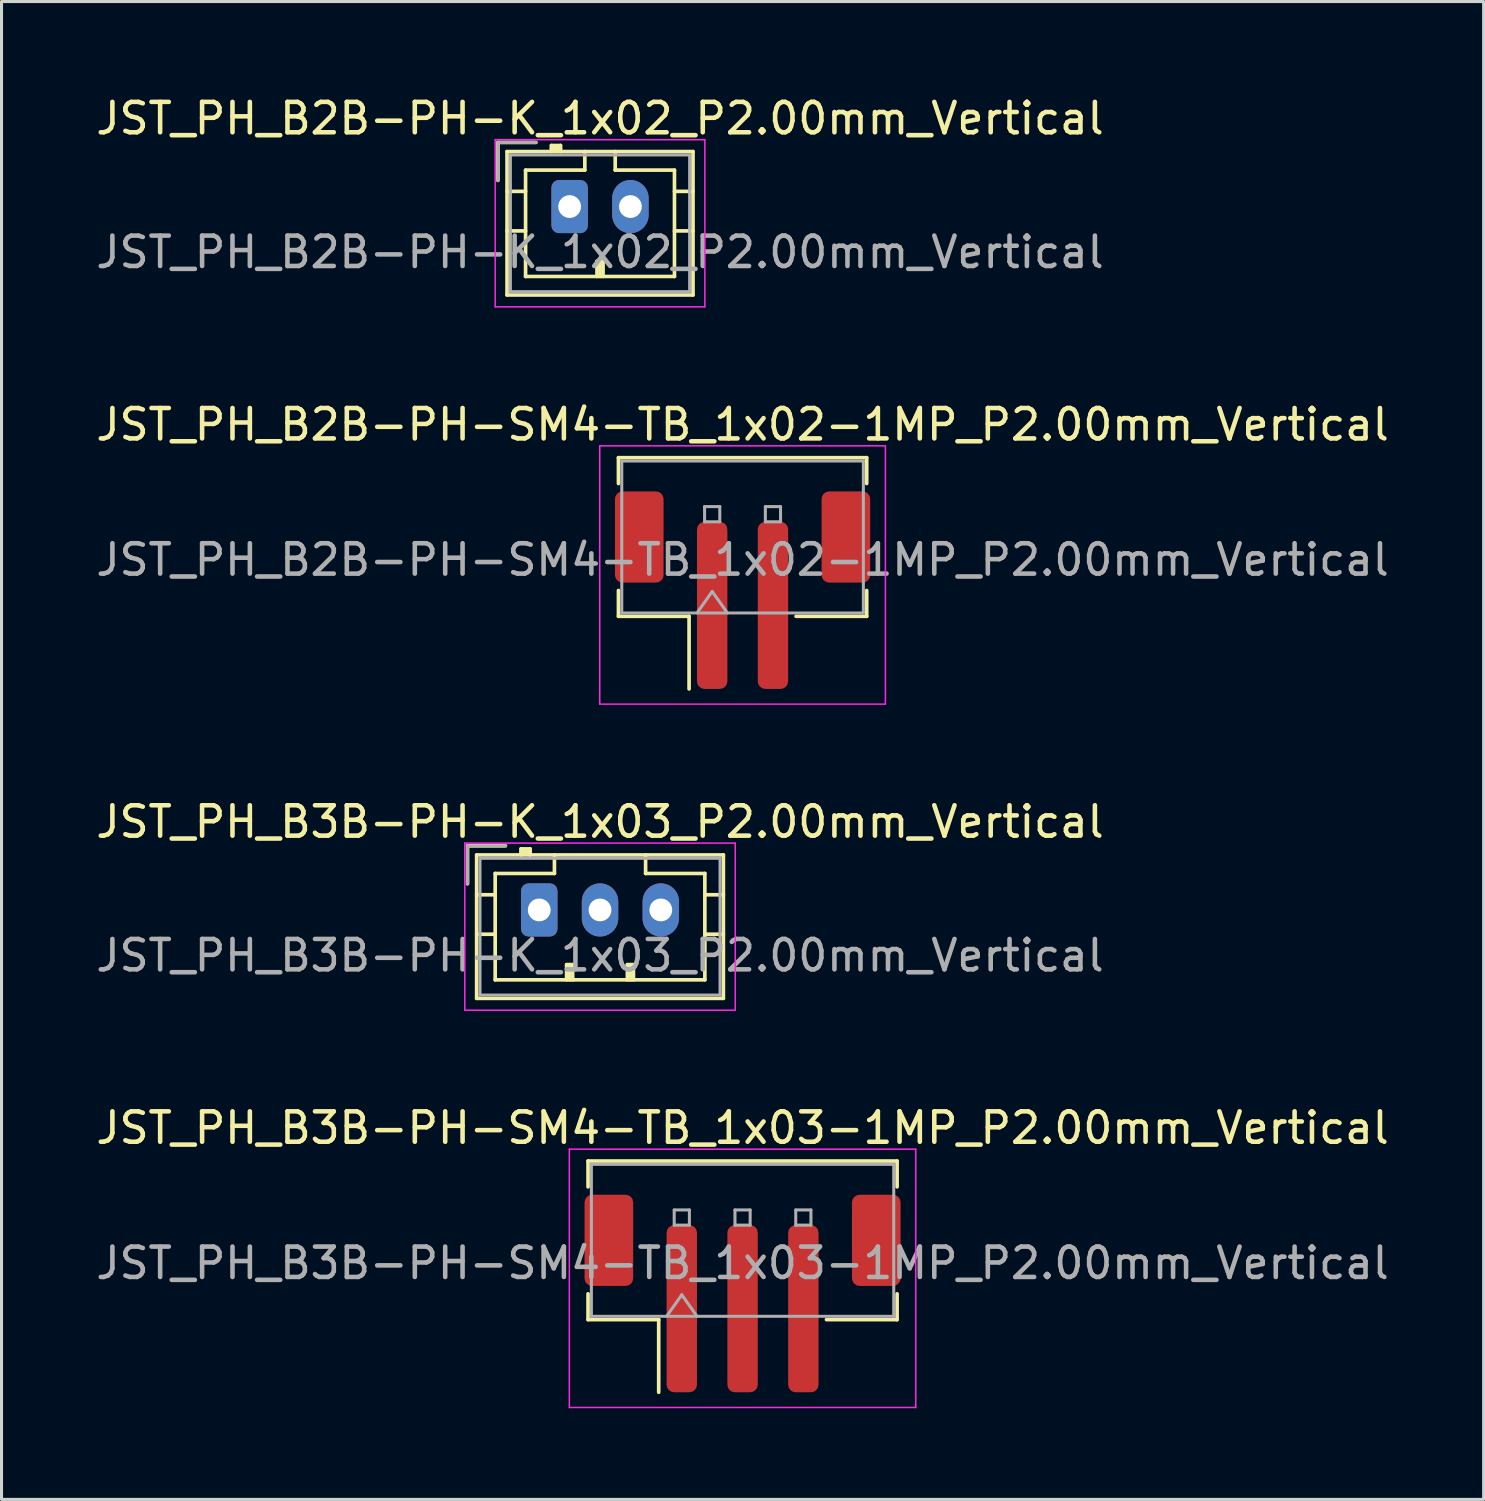
<source format=kicad_pcb>
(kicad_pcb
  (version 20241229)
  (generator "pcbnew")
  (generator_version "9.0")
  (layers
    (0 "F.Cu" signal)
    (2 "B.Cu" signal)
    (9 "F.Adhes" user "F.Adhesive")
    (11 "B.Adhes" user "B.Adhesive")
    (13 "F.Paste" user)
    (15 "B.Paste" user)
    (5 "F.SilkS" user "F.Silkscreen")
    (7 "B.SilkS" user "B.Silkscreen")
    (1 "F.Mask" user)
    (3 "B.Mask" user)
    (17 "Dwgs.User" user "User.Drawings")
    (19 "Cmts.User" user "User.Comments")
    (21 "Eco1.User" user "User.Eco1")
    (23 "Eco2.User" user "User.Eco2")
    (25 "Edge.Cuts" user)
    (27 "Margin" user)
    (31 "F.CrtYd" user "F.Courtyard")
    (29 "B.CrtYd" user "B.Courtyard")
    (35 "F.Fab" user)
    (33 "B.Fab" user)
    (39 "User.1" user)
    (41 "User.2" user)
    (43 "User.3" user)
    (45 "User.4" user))
  (footprint "JST_PH_B3B-PH-K_1x03_P2.00mm_Vertical"
    (layer "F.Cu")
    (at 14.696 26.895)
    (property "Reference" "JST_PH_B3B-PH-K_1x03_P2.00mm_Vertical" (at 2 -2.9 0) (layer "F.SilkS") (effects (font (size 1 1) (thickness 0.15))))
    (attr through_hole)
    (fp_line (start -2.36 -2.11) (end -2.36 -0.86) (stroke (width 0.12) (type solid)) (layer "F.SilkS"))
    (fp_line (start -2.06 -1.81) (end -2.06 2.91) (stroke (width 0.12) (type solid)) (layer "F.SilkS"))
    (fp_line (start -2.06 -0.5) (end -1.45 -0.5) (stroke (width 0.12) (type solid)) (layer "F.SilkS"))
    (fp_line (start -2.06 0.8) (end -1.45 0.8) (stroke (width 0.12) (type solid)) (layer "F.SilkS"))
    (fp_line (start -2.06 2.91) (end 6.06 2.91) (stroke (width 0.12) (type solid)) (layer "F.SilkS"))
    (fp_line (start -1.45 -1.2) (end -1.45 2.3) (stroke (width 0.12) (type solid)) (layer "F.SilkS"))
    (fp_line (start -1.45 2.3) (end 5.45 2.3) (stroke (width 0.12) (type solid)) (layer "F.SilkS"))
    (fp_line (start -1.11 -2.11) (end -2.36 -2.11) (stroke (width 0.12) (type solid)) (layer "F.SilkS"))
    (fp_line (start -0.6 -2.01) (end -0.6 -1.81) (stroke (width 0.12) (type solid)) (layer "F.SilkS"))
    (fp_line (start -0.3 -2.01) (end -0.6 -2.01) (stroke (width 0.12) (type solid)) (layer "F.SilkS"))
    (fp_line (start -0.3 -1.91) (end -0.6 -1.91) (stroke (width 0.12) (type solid)) (layer "F.SilkS"))
    (fp_line (start -0.3 -1.81) (end -0.3 -2.01) (stroke (width 0.12) (type solid)) (layer "F.SilkS"))
    (fp_line (start 0.5 -1.81) (end 0.5 -1.2) (stroke (width 0.12) (type solid)) (layer "F.SilkS"))
    (fp_line (start 0.5 -1.2) (end -1.45 -1.2) (stroke (width 0.12) (type solid)) (layer "F.SilkS"))
    (fp_line (start 0.9 1.8) (end 1.1 1.8) (stroke (width 0.12) (type solid)) (layer "F.SilkS"))
    (fp_line (start 0.9 2.3) (end 0.9 1.8) (stroke (width 0.12) (type solid)) (layer "F.SilkS"))
    (fp_line (start 1 2.3) (end 1 1.8) (stroke (width 0.12) (type solid)) (layer "F.SilkS"))
    (fp_line (start 1.1 1.8) (end 1.1 2.3) (stroke (width 0.12) (type solid)) (layer "F.SilkS"))
    (fp_line (start 2.9 1.8) (end 3.1 1.8) (stroke (width 0.12) (type solid)) (layer "F.SilkS"))
    (fp_line (start 2.9 2.3) (end 2.9 1.8) (stroke (width 0.12) (type solid)) (layer "F.SilkS"))
    (fp_line (start 3 2.3) (end 3 1.8) (stroke (width 0.12) (type solid)) (layer "F.SilkS"))
    (fp_line (start 3.1 1.8) (end 3.1 2.3) (stroke (width 0.12) (type solid)) (layer "F.SilkS"))
    (fp_line (start 3.5 -1.2) (end 3.5 -1.81) (stroke (width 0.12) (type solid)) (layer "F.SilkS"))
    (fp_line (start 5.45 -1.2) (end 3.5 -1.2) (stroke (width 0.12) (type solid)) (layer "F.SilkS"))
    (fp_line (start 5.45 2.3) (end 5.45 -1.2) (stroke (width 0.12) (type solid)) (layer "F.SilkS"))
    (fp_line (start 6.06 -1.81) (end -2.06 -1.81) (stroke (width 0.12) (type solid)) (layer "F.SilkS"))
    (fp_line (start 6.06 -0.5) (end 5.45 -0.5) (stroke (width 0.12) (type solid)) (layer "F.SilkS"))
    (fp_line (start 6.06 0.8) (end 5.45 0.8) (stroke (width 0.12) (type solid)) (layer "F.SilkS"))
    (fp_line (start 6.06 2.91) (end 6.06 -1.81) (stroke (width 0.12) (type solid)) (layer "F.SilkS"))
    (fp_line (start -2.45 -2.2) (end -2.45 3.3) (stroke (width 0.05) (type solid)) (layer "F.CrtYd"))
    (fp_line (start -2.45 3.3) (end 6.45 3.3) (stroke (width 0.05) (type solid)) (layer "F.CrtYd"))
    (fp_line (start 6.45 -2.2) (end -2.45 -2.2) (stroke (width 0.05) (type solid)) (layer "F.CrtYd"))
    (fp_line (start 6.45 3.3) (end 6.45 -2.2) (stroke (width 0.05) (type solid)) (layer "F.CrtYd"))
    (fp_line (start -2.36 -2.11) (end -2.36 -0.86) (stroke (width 0.1) (type solid)) (layer "F.Fab"))
    (fp_line (start -1.95 -1.7) (end -1.95 2.8) (stroke (width 0.1) (type solid)) (layer "F.Fab"))
    (fp_line (start -1.95 2.8) (end 5.95 2.8) (stroke (width 0.1) (type solid)) (layer "F.Fab"))
    (fp_line (start -1.11 -2.11) (end -2.36 -2.11) (stroke (width 0.1) (type solid)) (layer "F.Fab"))
    (fp_line (start 5.95 -1.7) (end -1.95 -1.7) (stroke (width 0.1) (type solid)) (layer "F.Fab"))
    (fp_line (start 5.95 2.8) (end 5.95 -1.7) (stroke (width 0.1) (type solid)) (layer "F.Fab"))
    (fp_text user "${REFERENCE}" (at 2 1.5 0) (layer "F.Fab") (effects (font (size 1 1) (thickness 0.15))))
    (pad "1" thru_hole roundrect (at 0 0) (size 1.2 1.75) (drill 0.75) (layers "*.Cu" "*.Mask") (roundrect_rratio 0.208))
    (pad "2" thru_hole oval (at 2 0) (size 1.2 1.75) (drill 0.75) (layers "*.Cu" "*.Mask"))
    (pad "3" thru_hole oval (at 4 0) (size 1.2 1.75) (drill 0.75) (layers "*.Cu" "*.Mask")))
  (footprint "JST_PH_B2B-PH-K_1x02_P2.00mm_Vertical"
    (layer "F.Cu")
    (at 15.696 3.748)
    (property "Reference" "JST_PH_B2B-PH-K_1x02_P2.00mm_Vertical" (at 1 -2.9 0) (layer "F.SilkS") (effects (font (size 1 1) (thickness 0.15))))
    (attr through_hole)
    (fp_line (start -2.36 -2.11) (end -2.36 -0.86) (stroke (width 0.12) (type solid)) (layer "F.SilkS"))
    (fp_line (start -2.06 -1.81) (end -2.06 2.91) (stroke (width 0.12) (type solid)) (layer "F.SilkS"))
    (fp_line (start -2.06 -0.5) (end -1.45 -0.5) (stroke (width 0.12) (type solid)) (layer "F.SilkS"))
    (fp_line (start -2.06 0.8) (end -1.45 0.8) (stroke (width 0.12) (type solid)) (layer "F.SilkS"))
    (fp_line (start -2.06 2.91) (end 4.06 2.91) (stroke (width 0.12) (type solid)) (layer "F.SilkS"))
    (fp_line (start -1.45 -1.2) (end -1.45 2.3) (stroke (width 0.12) (type solid)) (layer "F.SilkS"))
    (fp_line (start -1.45 2.3) (end 3.45 2.3) (stroke (width 0.12) (type solid)) (layer "F.SilkS"))
    (fp_line (start -1.11 -2.11) (end -2.36 -2.11) (stroke (width 0.12) (type solid)) (layer "F.SilkS"))
    (fp_line (start -0.6 -2.01) (end -0.6 -1.81) (stroke (width 0.12) (type solid)) (layer "F.SilkS"))
    (fp_line (start -0.3 -2.01) (end -0.6 -2.01) (stroke (width 0.12) (type solid)) (layer "F.SilkS"))
    (fp_line (start -0.3 -1.91) (end -0.6 -1.91) (stroke (width 0.12) (type solid)) (layer "F.SilkS"))
    (fp_line (start -0.3 -1.81) (end -0.3 -2.01) (stroke (width 0.12) (type solid)) (layer "F.SilkS"))
    (fp_line (start 0.5 -1.81) (end 0.5 -1.2) (stroke (width 0.12) (type solid)) (layer "F.SilkS"))
    (fp_line (start 0.5 -1.2) (end -1.45 -1.2) (stroke (width 0.12) (type solid)) (layer "F.SilkS"))
    (fp_line (start 0.9 1.8) (end 1.1 1.8) (stroke (width 0.12) (type solid)) (layer "F.SilkS"))
    (fp_line (start 0.9 2.3) (end 0.9 1.8) (stroke (width 0.12) (type solid)) (layer "F.SilkS"))
    (fp_line (start 1 2.3) (end 1 1.8) (stroke (width 0.12) (type solid)) (layer "F.SilkS"))
    (fp_line (start 1.1 1.8) (end 1.1 2.3) (stroke (width 0.12) (type solid)) (layer "F.SilkS"))
    (fp_line (start 1.5 -1.2) (end 1.5 -1.81) (stroke (width 0.12) (type solid)) (layer "F.SilkS"))
    (fp_line (start 3.45 -1.2) (end 1.5 -1.2) (stroke (width 0.12) (type solid)) (layer "F.SilkS"))
    (fp_line (start 3.45 2.3) (end 3.45 -1.2) (stroke (width 0.12) (type solid)) (layer "F.SilkS"))
    (fp_line (start 4.06 -1.81) (end -2.06 -1.81) (stroke (width 0.12) (type solid)) (layer "F.SilkS"))
    (fp_line (start 4.06 -0.5) (end 3.45 -0.5) (stroke (width 0.12) (type solid)) (layer "F.SilkS"))
    (fp_line (start 4.06 0.8) (end 3.45 0.8) (stroke (width 0.12) (type solid)) (layer "F.SilkS"))
    (fp_line (start 4.06 2.91) (end 4.06 -1.81) (stroke (width 0.12) (type solid)) (layer "F.SilkS"))
    (fp_line (start -2.45 -2.2) (end -2.45 3.3) (stroke (width 0.05) (type solid)) (layer "F.CrtYd"))
    (fp_line (start -2.45 3.3) (end 4.45 3.3) (stroke (width 0.05) (type solid)) (layer "F.CrtYd"))
    (fp_line (start 4.45 -2.2) (end -2.45 -2.2) (stroke (width 0.05) (type solid)) (layer "F.CrtYd"))
    (fp_line (start 4.45 3.3) (end 4.45 -2.2) (stroke (width 0.05) (type solid)) (layer "F.CrtYd"))
    (fp_line (start -2.36 -2.11) (end -2.36 -0.86) (stroke (width 0.1) (type solid)) (layer "F.Fab"))
    (fp_line (start -1.95 -1.7) (end -1.95 2.8) (stroke (width 0.1) (type solid)) (layer "F.Fab"))
    (fp_line (start -1.95 2.8) (end 3.95 2.8) (stroke (width 0.1) (type solid)) (layer "F.Fab"))
    (fp_line (start -1.11 -2.11) (end -2.36 -2.11) (stroke (width 0.1) (type solid)) (layer "F.Fab"))
    (fp_line (start 3.95 -1.7) (end -1.95 -1.7) (stroke (width 0.1) (type solid)) (layer "F.Fab"))
    (fp_line (start 3.95 2.8) (end 3.95 -1.7) (stroke (width 0.1) (type solid)) (layer "F.Fab"))
    (fp_text user "${REFERENCE}" (at 1 1.5 0) (layer "F.Fab") (effects (font (size 1 1) (thickness 0.15))))
    (pad "1" thru_hole roundrect (at 0 0) (size 1.2 1.75) (drill 0.75) (layers "*.Cu" "*.Mask") (roundrect_rratio 0.208))
    (pad "2" thru_hole oval (at 2 0) (size 1.2 1.75) (drill 0.75) (layers "*.Cu" "*.Mask")))
  (footprint "JST_PH_B2B-PH-SM4-TB_1x02-1MP_P2.00mm_Vertical"
    (layer "F.Cu")
    (at 21.387 16.372)
    (property "Reference" "JST_PH_B2B-PH-SM4-TB_1x02-1MP_P2.00mm_Vertical" (at 0 -5.45 0) (layer "F.SilkS") (effects (font (size 1 1) (thickness 0.15))))
    (attr smd)
    (fp_line (start -4.085 -4.36) (end 4.085 -4.36) (stroke (width 0.12) (type solid)) (layer "F.SilkS"))
    (fp_line (start -4.085 -3.51) (end -4.085 -4.36) (stroke (width 0.12) (type solid)) (layer "F.SilkS"))
    (fp_line (start -4.085 0.01) (end -4.085 0.86) (stroke (width 0.12) (type solid)) (layer "F.SilkS"))
    (fp_line (start -4.085 0.86) (end -1.76 0.86) (stroke (width 0.12) (type solid)) (layer "F.SilkS"))
    (fp_line (start -1.76 0.86) (end -1.76 3.25) (stroke (width 0.12) (type solid)) (layer "F.SilkS"))
    (fp_line (start 4.085 -4.36) (end 4.085 -3.51) (stroke (width 0.12) (type solid)) (layer "F.SilkS"))
    (fp_line (start 4.085 0.01) (end 4.085 0.86) (stroke (width 0.12) (type solid)) (layer "F.SilkS"))
    (fp_line (start 4.085 0.86) (end 1.76 0.86) (stroke (width 0.12) (type solid)) (layer "F.SilkS"))
    (fp_line (start -4.7 -4.75) (end -4.7 3.75) (stroke (width 0.05) (type solid)) (layer "F.CrtYd"))
    (fp_line (start -4.7 3.75) (end 4.7 3.75) (stroke (width 0.05) (type solid)) (layer "F.CrtYd"))
    (fp_line (start 4.7 -4.75) (end -4.7 -4.75) (stroke (width 0.05) (type solid)) (layer "F.CrtYd"))
    (fp_line (start 4.7 3.75) (end 4.7 -4.75) (stroke (width 0.05) (type solid)) (layer "F.CrtYd"))
    (fp_line (start -3.975 -4.25) (end 3.975 -4.25) (stroke (width 0.1) (type solid)) (layer "F.Fab"))
    (fp_line (start -3.975 0.75) (end -3.975 -4.25) (stroke (width 0.1) (type solid)) (layer "F.Fab"))
    (fp_line (start -3.975 0.75) (end 3.975 0.75) (stroke (width 0.1) (type solid)) (layer "F.Fab"))
    (fp_line (start -1.5 0.75) (end -1 0.043) (stroke (width 0.1) (type solid)) (layer "F.Fab"))
    (fp_line (start -1.25 -2.75) (end -1.25 -2.25) (stroke (width 0.1) (type solid)) (layer "F.Fab"))
    (fp_line (start -1.25 -2.25) (end -0.75 -2.25) (stroke (width 0.1) (type solid)) (layer "F.Fab"))
    (fp_line (start -1 0.043) (end -0.5 0.75) (stroke (width 0.1) (type solid)) (layer "F.Fab"))
    (fp_line (start -0.75 -2.75) (end -1.25 -2.75) (stroke (width 0.1) (type solid)) (layer "F.Fab"))
    (fp_line (start -0.75 -2.25) (end -0.75 -2.75) (stroke (width 0.1) (type solid)) (layer "F.Fab"))
    (fp_line (start 0.75 -2.75) (end 0.75 -2.25) (stroke (width 0.1) (type solid)) (layer "F.Fab"))
    (fp_line (start 0.75 -2.25) (end 1.25 -2.25) (stroke (width 0.1) (type solid)) (layer "F.Fab"))
    (fp_line (start 1.25 -2.75) (end 0.75 -2.75) (stroke (width 0.1) (type solid)) (layer "F.Fab"))
    (fp_line (start 1.25 -2.25) (end 1.25 -2.75) (stroke (width 0.1) (type solid)) (layer "F.Fab"))
    (fp_line (start 3.975 0.75) (end 3.975 -4.25) (stroke (width 0.1) (type solid)) (layer "F.Fab"))
    (fp_text user "${REFERENCE}" (at 0 -1 0) (layer "F.Fab") (effects (font (size 1 1) (thickness 0.15))))
    (pad "1" smd roundrect (at -1 0.5) (size 1 5.5) (layers "F.Cu" "F.Mask" "F.Paste") (roundrect_rratio 0.25))
    (pad "2" smd roundrect (at 1 0.5) (size 1 5.5) (layers "F.Cu" "F.Mask" "F.Paste") (roundrect_rratio 0.25))
    (pad "MP" smd roundrect (at -3.4 -1.75) (size 1.6 3) (layers "F.Cu" "F.Mask" "F.Paste") (roundrect_rratio 0.156))
    (pad "MP" smd roundrect (at 3.4 -1.75) (size 1.6 3) (layers "F.Cu" "F.Mask" "F.Paste") (roundrect_rratio 0.156)))
  (footprint "JST_PH_B3B-PH-SM4-TB_1x03-1MP_P2.00mm_Vertical"
    (layer "F.Cu")
    (at 21.387 39.518)
    (property "Reference" "JST_PH_B3B-PH-SM4-TB_1x03-1MP_P2.00mm_Vertical" (at 0 -5.45 0) (layer "F.SilkS") (effects (font (size 1 1) (thickness 0.15))))
    (attr smd)
    (fp_line (start -5.085 -4.36) (end 5.085 -4.36) (stroke (width 0.12) (type solid)) (layer "F.SilkS"))
    (fp_line (start -5.085 -3.51) (end -5.085 -4.36) (stroke (width 0.12) (type solid)) (layer "F.SilkS"))
    (fp_line (start -5.085 0.01) (end -5.085 0.86) (stroke (width 0.12) (type solid)) (layer "F.SilkS"))
    (fp_line (start -5.085 0.86) (end -2.76 0.86) (stroke (width 0.12) (type solid)) (layer "F.SilkS"))
    (fp_line (start -2.76 0.86) (end -2.76 3.25) (stroke (width 0.12) (type solid)) (layer "F.SilkS"))
    (fp_line (start 5.085 -4.36) (end 5.085 -3.51) (stroke (width 0.12) (type solid)) (layer "F.SilkS"))
    (fp_line (start 5.085 0.01) (end 5.085 0.86) (stroke (width 0.12) (type solid)) (layer "F.SilkS"))
    (fp_line (start 5.085 0.86) (end 2.76 0.86) (stroke (width 0.12) (type solid)) (layer "F.SilkS"))
    (fp_line (start -5.7 -4.75) (end -5.7 3.75) (stroke (width 0.05) (type solid)) (layer "F.CrtYd"))
    (fp_line (start -5.7 3.75) (end 5.7 3.75) (stroke (width 0.05) (type solid)) (layer "F.CrtYd"))
    (fp_line (start 5.7 -4.75) (end -5.7 -4.75) (stroke (width 0.05) (type solid)) (layer "F.CrtYd"))
    (fp_line (start 5.7 3.75) (end 5.7 -4.75) (stroke (width 0.05) (type solid)) (layer "F.CrtYd"))
    (fp_line (start -4.975 -4.25) (end 4.975 -4.25) (stroke (width 0.1) (type solid)) (layer "F.Fab"))
    (fp_line (start -4.975 0.75) (end -4.975 -4.25) (stroke (width 0.1) (type solid)) (layer "F.Fab"))
    (fp_line (start -4.975 0.75) (end 4.975 0.75) (stroke (width 0.1) (type solid)) (layer "F.Fab"))
    (fp_line (start -2.5 0.75) (end -2 0.043) (stroke (width 0.1) (type solid)) (layer "F.Fab"))
    (fp_line (start -2.25 -2.75) (end -2.25 -2.25) (stroke (width 0.1) (type solid)) (layer "F.Fab"))
    (fp_line (start -2.25 -2.25) (end -1.75 -2.25) (stroke (width 0.1) (type solid)) (layer "F.Fab"))
    (fp_line (start -2 0.043) (end -1.5 0.75) (stroke (width 0.1) (type solid)) (layer "F.Fab"))
    (fp_line (start -1.75 -2.75) (end -2.25 -2.75) (stroke (width 0.1) (type solid)) (layer "F.Fab"))
    (fp_line (start -1.75 -2.25) (end -1.75 -2.75) (stroke (width 0.1) (type solid)) (layer "F.Fab"))
    (fp_line (start -0.25 -2.75) (end -0.25 -2.25) (stroke (width 0.1) (type solid)) (layer "F.Fab"))
    (fp_line (start -0.25 -2.25) (end 0.25 -2.25) (stroke (width 0.1) (type solid)) (layer "F.Fab"))
    (fp_line (start 0.25 -2.75) (end -0.25 -2.75) (stroke (width 0.1) (type solid)) (layer "F.Fab"))
    (fp_line (start 0.25 -2.25) (end 0.25 -2.75) (stroke (width 0.1) (type solid)) (layer "F.Fab"))
    (fp_line (start 1.75 -2.75) (end 1.75 -2.25) (stroke (width 0.1) (type solid)) (layer "F.Fab"))
    (fp_line (start 1.75 -2.25) (end 2.25 -2.25) (stroke (width 0.1) (type solid)) (layer "F.Fab"))
    (fp_line (start 2.25 -2.75) (end 1.75 -2.75) (stroke (width 0.1) (type solid)) (layer "F.Fab"))
    (fp_line (start 2.25 -2.25) (end 2.25 -2.75) (stroke (width 0.1) (type solid)) (layer "F.Fab"))
    (fp_line (start 4.975 0.75) (end 4.975 -4.25) (stroke (width 0.1) (type solid)) (layer "F.Fab"))
    (fp_text user "${REFERENCE}" (at 0 -1 0) (layer "F.Fab") (effects (font (size 1 1) (thickness 0.15))))
    (pad "1" smd roundrect (at -2 0.5) (size 1 5.5) (layers "F.Cu" "F.Mask" "F.Paste") (roundrect_rratio 0.25))
    (pad "2" smd roundrect (at 0 0.5) (size 1 5.5) (layers "F.Cu" "F.Mask" "F.Paste") (roundrect_rratio 0.25))
    (pad "3" smd roundrect (at 2 0.5) (size 1 5.5) (layers "F.Cu" "F.Mask" "F.Paste") (roundrect_rratio 0.25))
    (pad "MP" smd roundrect (at -4.4 -1.75) (size 1.6 3) (layers "F.Cu" "F.Mask" "F.Paste") (roundrect_rratio 0.156))
    (pad "MP" smd roundrect (at 4.4 -1.75) (size 1.6 3) (layers "F.Cu" "F.Mask" "F.Paste") (roundrect_rratio 0.156)))
  (gr_rect
    (start -3 -3)
    (end 45.774 46.293)
    (stroke (width 0.1) (type default))
    (fill no)
    (layer "Edge.Cuts")))
</source>
